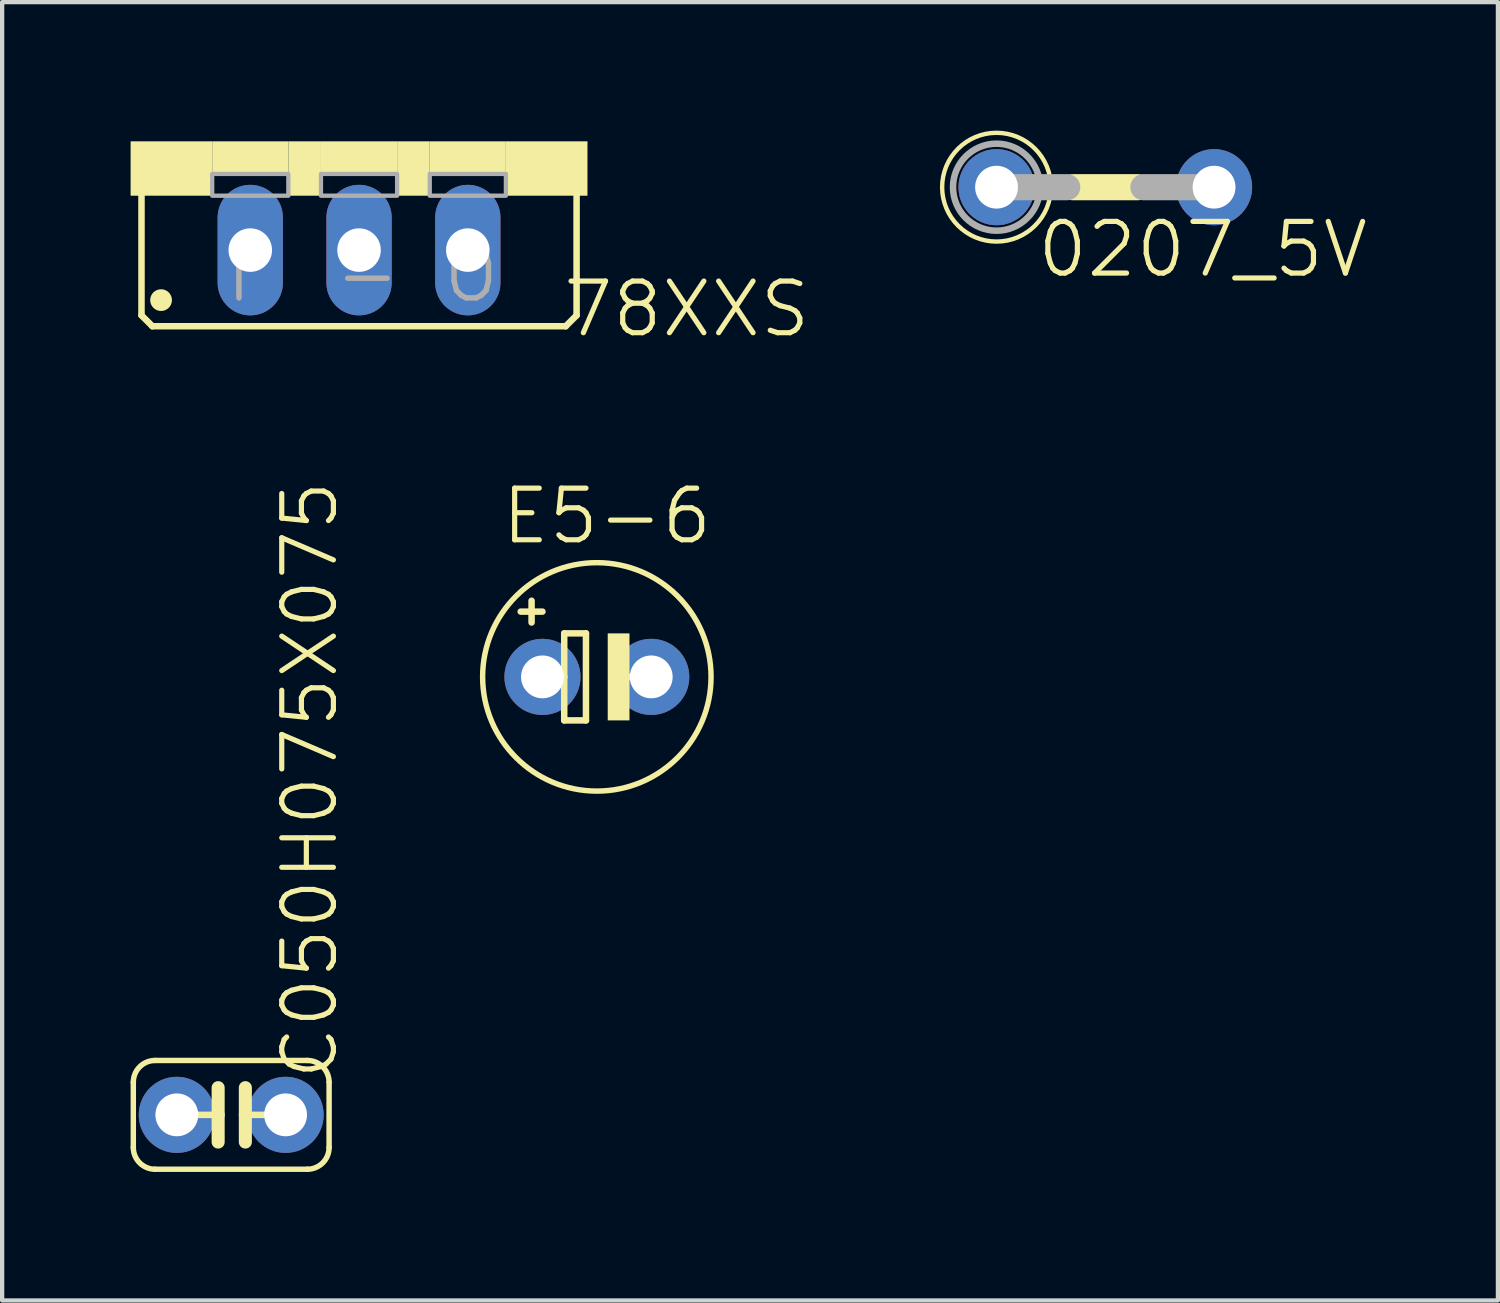
<source format=kicad_pcb>
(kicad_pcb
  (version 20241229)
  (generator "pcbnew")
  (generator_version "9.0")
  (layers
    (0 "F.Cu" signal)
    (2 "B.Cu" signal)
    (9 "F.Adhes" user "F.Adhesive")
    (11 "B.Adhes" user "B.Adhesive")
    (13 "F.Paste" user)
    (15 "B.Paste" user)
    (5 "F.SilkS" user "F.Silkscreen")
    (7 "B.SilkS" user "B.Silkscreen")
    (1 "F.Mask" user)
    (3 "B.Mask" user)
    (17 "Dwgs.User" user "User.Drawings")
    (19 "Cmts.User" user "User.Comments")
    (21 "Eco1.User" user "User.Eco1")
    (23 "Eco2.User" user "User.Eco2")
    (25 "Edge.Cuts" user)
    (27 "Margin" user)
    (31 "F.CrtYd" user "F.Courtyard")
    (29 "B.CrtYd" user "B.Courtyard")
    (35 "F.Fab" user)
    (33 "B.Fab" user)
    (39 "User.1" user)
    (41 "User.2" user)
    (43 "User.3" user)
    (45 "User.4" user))
  (footprint "78XXS"
    (layer "F.Cu")
    (at 5.334 0.25)
    (property "Reference" "78XXS" (at 4.699 4.623 0) (layer "F.SilkS") (effects (font (size 1.206 1.206) (thickness 0.121)) (justify left bottom)))
    (attr through_hole)
    (fp_line (start -5.08 4.064) (end -5.08 1.143) (stroke (width 0.152) (type solid)) (layer "F.SilkS"))
    (fp_line (start -5.08 4.064) (end -4.826 4.318) (stroke (width 0.152) (type solid)) (layer "F.SilkS"))
    (fp_line (start 4.826 4.318) (end -4.826 4.318) (stroke (width 0.152) (type solid)) (layer "F.SilkS"))
    (fp_line (start 4.826 4.318) (end 5.08 4.064) (stroke (width 0.152) (type solid)) (layer "F.SilkS"))
    (fp_line (start 5.08 1.143) (end 5.08 4.064) (stroke (width 0.152) (type solid)) (layer "F.SilkS"))
    (fp_circle (center -4.623 3.708) (end -4.496 3.708) (stroke (width 0.254) (type solid)) (fill no) (layer "F.SilkS"))
    (fp_poly (pts (xy -5.334 1.27) (xy -3.429 1.27) (xy -3.429 0) (xy -5.334 0)) (stroke (width 0) (type solid)) (fill yes) (layer "F.SilkS"))
    (fp_poly (pts (xy -3.429 0.762) (xy -1.651 0.762) (xy -1.651 0) (xy -3.429 0)) (stroke (width 0) (type solid)) (fill yes) (layer "F.SilkS"))
    (fp_poly (pts (xy -1.651 1.27) (xy -0.889 1.27) (xy -0.889 0) (xy -1.651 0)) (stroke (width 0) (type solid)) (fill yes) (layer "F.SilkS"))
    (fp_poly (pts (xy -0.889 0.762) (xy 0.889 0.762) (xy 0.889 0) (xy -0.889 0)) (stroke (width 0) (type solid)) (fill yes) (layer "F.SilkS"))
    (fp_poly (pts (xy 0.889 1.27) (xy 1.651 1.27) (xy 1.651 0) (xy 0.889 0)) (stroke (width 0) (type solid)) (fill yes) (layer "F.SilkS"))
    (fp_poly (pts (xy 1.651 0.762) (xy 3.429 0.762) (xy 3.429 0) (xy 1.651 0)) (stroke (width 0) (type solid)) (fill yes) (layer "F.SilkS"))
    (fp_poly (pts (xy 3.429 1.27) (xy 5.334 1.27) (xy 5.334 0) (xy 3.429 0)) (stroke (width 0) (type solid)) (fill yes) (layer "F.SilkS"))
    (fp_poly (pts (xy -3.429 1.27) (xy -1.651 1.27) (xy -1.651 0.762) (xy -3.429 0.762)) (stroke (width 0.1) (type solid)) (fill no) (layer "F.Fab"))
    (fp_poly (pts (xy -0.889 1.27) (xy 0.889 1.27) (xy 0.889 0.762) (xy -0.889 0.762)) (stroke (width 0.1) (type solid)) (fill no) (layer "F.Fab"))
    (fp_poly (pts (xy 1.651 1.27) (xy 3.429 1.27) (xy 3.429 0.762) (xy 1.651 0.762)) (stroke (width 0.1) (type solid)) (fill no) (layer "F.Fab"))
    (fp_text user "O" (at 1.905 3.81 0) (layer "F.Fab") (effects (font (size 1.206 1.206) (thickness 0.127)) (justify left bottom)))
    (fp_text user "-" (at -0.635 3.81 0) (layer "F.Fab") (effects (font (size 1.206 1.206) (thickness 0.127)) (justify left bottom)))
    (fp_text user "I" (at -3.175 3.81 0) (layer "F.Fab") (effects (font (size 1.206 1.206) (thickness 0.127)) (justify left bottom)))
    (pad "GND" thru_hole oval (at 0 2.54 90) (size 3.048 1.524) (drill 1.016) (layers "*.Cu" "*.Mask"))
    (pad "IN" thru_hole oval (at -2.54 2.54 90) (size 3.048 1.524) (drill 1.016) (layers "*.Cu" "*.Mask"))
    (pad "OUT" thru_hole oval (at 2.54 2.54 90) (size 3.048 1.524) (drill 1.016) (layers "*.Cu" "*.Mask")))
  (footprint "C050H075X075"
    (layer "F.Cu")
    (at 2.349 22.983)
    (property "Reference" "C050H075X075" (at 2.54 -0.762 90) (layer "F.SilkS") (effects (font (size 1.206 1.206) (thickness 0.121)) (justify left bottom)))
    (attr through_hole)
    (fp_line (start -2.286 0.762) (end -2.286 -0.762) (stroke (width 0.127) (type solid)) (layer "F.SilkS"))
    (fp_line (start -1.778 -1.27) (end 1.778 -1.27) (stroke (width 0.127) (type solid)) (layer "F.SilkS"))
    (fp_line (start -0.305 -0.635) (end -0.305 0) (stroke (width 0.305) (type solid)) (layer "F.SilkS"))
    (fp_line (start -0.305 0) (end -1.651 0) (stroke (width 0.152) (type solid)) (layer "F.SilkS"))
    (fp_line (start -0.305 0) (end -0.305 0.635) (stroke (width 0.305) (type solid)) (layer "F.SilkS"))
    (fp_line (start 0.33 -0.635) (end 0.33 0) (stroke (width 0.305) (type solid)) (layer "F.SilkS"))
    (fp_line (start 0.33 0) (end 0.33 0.635) (stroke (width 0.305) (type solid)) (layer "F.SilkS"))
    (fp_line (start 0.33 0) (end 1.651 0) (stroke (width 0.152) (type solid)) (layer "F.SilkS"))
    (fp_line (start 1.778 1.27) (end -1.778 1.27) (stroke (width 0.127) (type solid)) (layer "F.SilkS"))
    (fp_line (start 2.286 -0.762) (end 2.286 0.762) (stroke (width 0.127) (type solid)) (layer "F.SilkS"))
    (fp_arc (start -2.286 -0.762) (mid -2.13721 -1.12121) (end -1.778 -1.27) (stroke (width 0.127) (type solid)) (layer "F.SilkS"))
    (fp_arc (start -1.778 1.27) (mid -2.13721 1.12121) (end -2.286 0.762) (stroke (width 0.127) (type solid)) (layer "F.SilkS"))
    (fp_arc (start 1.778 -1.27) (mid 2.13721 -1.12121) (end 2.286 -0.762) (stroke (width 0.127) (type solid)) (layer "F.SilkS"))
    (fp_arc (start 2.286 0.762) (mid 2.13721 1.12121) (end 1.778 1.27) (stroke (width 0.127) (type solid)) (layer "F.SilkS"))
    (pad "1" thru_hole circle (at -1.27 0) (size 1.778 1.778) (drill 1) (layers "*.Cu" "*.Mask"))
    (pad "2" thru_hole circle (at 1.27 0) (size 1.778 1.778) (drill 1) (layers "*.Cu" "*.Mask")))
  (footprint "0207_5V"
    (layer "F.Cu")
    (at 22.76 1.321)
    (property "Reference" "0207_5V" (at -1.651 2.159 180) (layer "F.SilkS") (effects (font (size 1.206 1.206) (thickness 0.121)) (justify left bottom)))
    (attr through_hole)
    (fp_line (start -0.762 0) (end 0.762 0) (stroke (width 0.61) (type solid)) (layer "F.SilkS"))
    (fp_circle (center -2.54 0) (end -1.27 0) (stroke (width 0.102) (type solid)) (fill no) (layer "F.SilkS"))
    (fp_line (start -2.54 0) (end -0.889 0) (stroke (width 0.61) (type solid)) (layer "F.Fab"))
    (fp_line (start 0.889 0) (end 2.54 0) (stroke (width 0.61) (type solid)) (layer "F.Fab"))
    (fp_circle (center -2.54 0) (end -1.524 0) (stroke (width 0.152) (type solid)) (fill no) (layer "F.Fab"))
    (pad "1" thru_hole circle (at -2.54 0) (size 1.778 1.778) (drill 1) (layers "*.Cu" "*.Mask"))
    (pad "2" thru_hole circle (at 2.54 0) (size 1.778 1.778) (drill 1) (layers "*.Cu" "*.Mask")))
  (footprint "E5-6"
    (layer "F.Cu")
    (at 10.887 12.756)
    (property "Reference" "E5-6" (at -2.286 -3.048 0) (layer "F.SilkS") (effects (font (size 1.206 1.206) (thickness 0.121)) (justify left bottom)))
    (attr through_hole)
    (fp_line (start -1.778 -1.524) (end -1.27 -1.524) (stroke (width 0.152) (type solid)) (layer "F.SilkS"))
    (fp_line (start -1.524 -1.27) (end -1.524 -1.778) (stroke (width 0.152) (type solid)) (layer "F.SilkS"))
    (fp_line (start -1.397 0) (end -0.762 0) (stroke (width 0.152) (type solid)) (layer "F.SilkS"))
    (fp_line (start -0.762 -1.016) (end -0.762 0) (stroke (width 0.152) (type solid)) (layer "F.SilkS"))
    (fp_line (start -0.762 0) (end -0.762 1.016) (stroke (width 0.152) (type solid)) (layer "F.SilkS"))
    (fp_line (start -0.762 1.016) (end -0.254 1.016) (stroke (width 0.152) (type solid)) (layer "F.SilkS"))
    (fp_line (start -0.254 -1.016) (end -0.762 -1.016) (stroke (width 0.152) (type solid)) (layer "F.SilkS"))
    (fp_line (start -0.254 1.016) (end -0.254 -1.016) (stroke (width 0.152) (type solid)) (layer "F.SilkS"))
    (fp_line (start 0.635 0) (end 1.397 0) (stroke (width 0.152) (type solid)) (layer "F.SilkS"))
    (fp_circle (center 0 0) (end 2.667 0) (stroke (width 0.127) (type solid)) (fill no) (layer "F.SilkS"))
    (fp_poly (pts (xy 0.254 1.016) (xy 0.762 1.016) (xy 0.762 -1.016) (xy 0.254 -1.016)) (stroke (width 0) (type solid)) (fill yes) (layer "F.SilkS"))
    (pad "+" thru_hole circle (at -1.27 0) (size 1.778 1.778) (drill 1) (layers "*.Cu" "*.Mask"))
    (pad "-" thru_hole circle (at 1.27 0) (size 1.778 1.778) (drill 1) (layers "*.Cu" "*.Mask")))
  (gr_rect
    (start -3 -3)
    (end 31.928 27.317)
    (stroke (width 0.1) (type default))
    (fill no)
    (layer "Edge.Cuts")))
</source>
